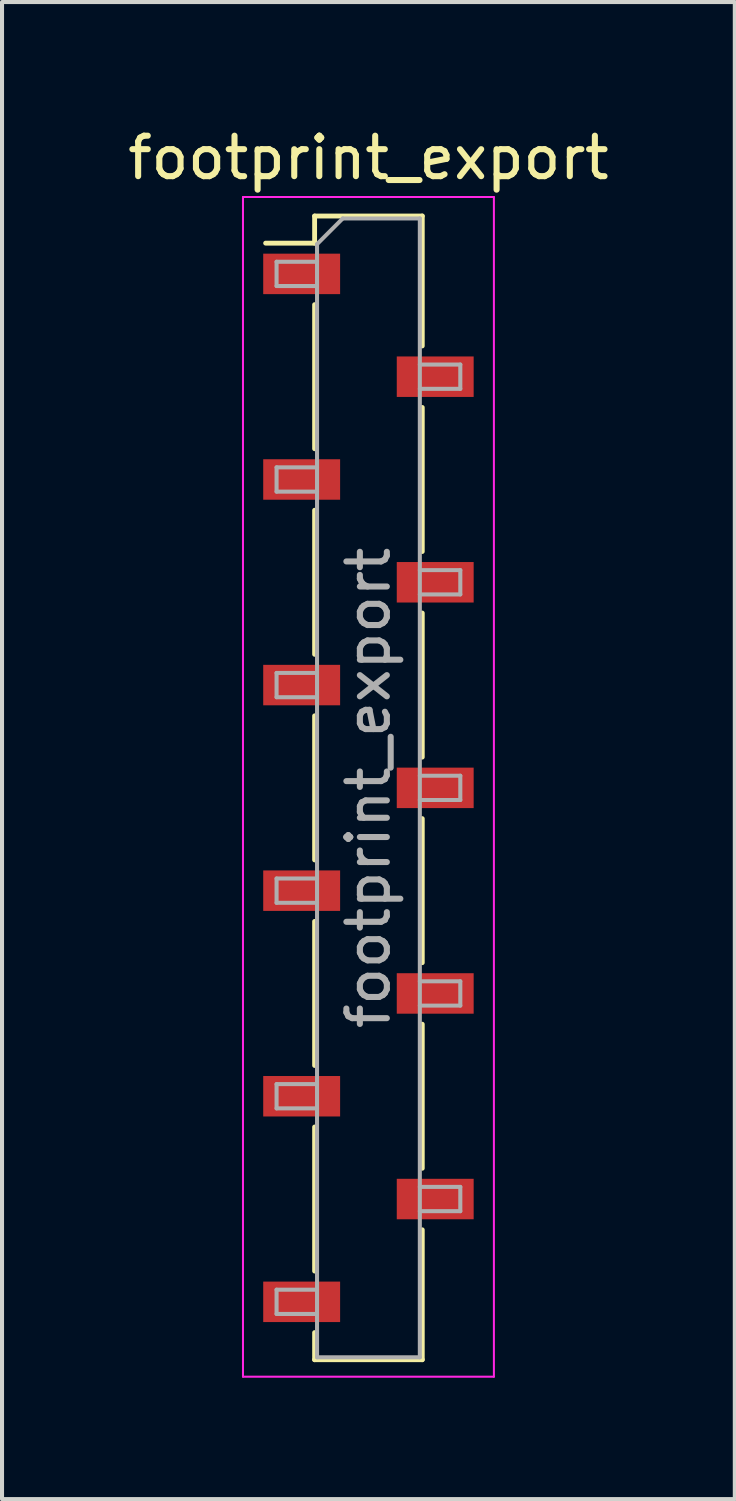
<source format=kicad_pcb>
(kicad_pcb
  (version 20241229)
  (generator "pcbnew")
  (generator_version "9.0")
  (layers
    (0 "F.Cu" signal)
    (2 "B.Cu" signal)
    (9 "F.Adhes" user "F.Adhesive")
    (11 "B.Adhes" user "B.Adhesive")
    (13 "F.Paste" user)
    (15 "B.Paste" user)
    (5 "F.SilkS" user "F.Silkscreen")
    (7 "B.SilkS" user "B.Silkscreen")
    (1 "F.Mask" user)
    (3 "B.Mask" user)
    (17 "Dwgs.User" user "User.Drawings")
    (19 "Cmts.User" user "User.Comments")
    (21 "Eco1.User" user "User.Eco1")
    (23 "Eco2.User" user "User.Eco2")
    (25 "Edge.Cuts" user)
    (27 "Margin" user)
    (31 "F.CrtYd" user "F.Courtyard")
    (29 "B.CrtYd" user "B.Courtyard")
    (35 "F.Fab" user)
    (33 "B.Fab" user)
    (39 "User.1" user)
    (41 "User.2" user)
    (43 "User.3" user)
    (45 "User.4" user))
  (footprint "footprint_export"
    (layer "F.Cu")
    (at 6.054 16.418)
    (property "Reference" "footprint_export" (at 0 -15.57 0) (layer "F.SilkS") (effects (font (size 1 1) (thickness 0.15))))
    (attr smd)
    (fp_line (start -2.54 -13.46) (end -1.33 -13.46) (stroke (width 0.12) (type solid)) (layer "F.SilkS"))
    (fp_line (start -1.33 -14.13) (end -1.33 -13.46) (stroke (width 0.12) (type solid)) (layer "F.SilkS"))
    (fp_line (start -1.33 -14.13) (end 1.33 -14.13) (stroke (width 0.12) (type solid)) (layer "F.SilkS"))
    (fp_line (start -1.33 -11.94) (end -1.33 -8.38) (stroke (width 0.12) (type solid)) (layer "F.SilkS"))
    (fp_line (start -1.33 -6.86) (end -1.33 -3.3) (stroke (width 0.12) (type solid)) (layer "F.SilkS"))
    (fp_line (start -1.33 -1.78) (end -1.33 1.78) (stroke (width 0.12) (type solid)) (layer "F.SilkS"))
    (fp_line (start -1.33 3.3) (end -1.33 6.86) (stroke (width 0.12) (type solid)) (layer "F.SilkS"))
    (fp_line (start -1.33 8.38) (end -1.33 11.94) (stroke (width 0.12) (type solid)) (layer "F.SilkS"))
    (fp_line (start -1.33 13.46) (end -1.33 14.13) (stroke (width 0.12) (type solid)) (layer "F.SilkS"))
    (fp_line (start -1.33 14.13) (end 1.33 14.13) (stroke (width 0.12) (type solid)) (layer "F.SilkS"))
    (fp_line (start 1.33 -14.13) (end 1.33 -10.92) (stroke (width 0.12) (type solid)) (layer "F.SilkS"))
    (fp_line (start 1.33 -9.4) (end 1.33 -5.84) (stroke (width 0.12) (type solid)) (layer "F.SilkS"))
    (fp_line (start 1.33 -4.32) (end 1.33 -0.76) (stroke (width 0.12) (type solid)) (layer "F.SilkS"))
    (fp_line (start 1.33 0.76) (end 1.33 4.32) (stroke (width 0.12) (type solid)) (layer "F.SilkS"))
    (fp_line (start 1.33 5.84) (end 1.33 9.4) (stroke (width 0.12) (type solid)) (layer "F.SilkS"))
    (fp_line (start 1.33 10.92) (end 1.33 14.13) (stroke (width 0.12) (type solid)) (layer "F.SilkS"))
    (fp_line (start -3.1 -14.6) (end 3.1 -14.6) (stroke (width 0.05) (type solid)) (layer "F.CrtYd"))
    (fp_line (start -3.1 14.55) (end -3.1 -14.6) (stroke (width 0.05) (type solid)) (layer "F.CrtYd"))
    (fp_line (start 3.1 -14.6) (end 3.1 14.55) (stroke (width 0.05) (type solid)) (layer "F.CrtYd"))
    (fp_line (start 3.1 14.55) (end -3.1 14.55) (stroke (width 0.05) (type solid)) (layer "F.CrtYd"))
    (fp_line (start -2.27 -13) (end -1.27 -13) (stroke (width 0.1) (type solid)) (layer "F.Fab"))
    (fp_line (start -2.27 -12.4) (end -2.27 -13) (stroke (width 0.1) (type solid)) (layer "F.Fab"))
    (fp_line (start -2.27 -7.92) (end -1.27 -7.92) (stroke (width 0.1) (type solid)) (layer "F.Fab"))
    (fp_line (start -2.27 -7.32) (end -2.27 -7.92) (stroke (width 0.1) (type solid)) (layer "F.Fab"))
    (fp_line (start -2.27 -2.84) (end -1.27 -2.84) (stroke (width 0.1) (type solid)) (layer "F.Fab"))
    (fp_line (start -2.27 -2.24) (end -2.27 -2.84) (stroke (width 0.1) (type solid)) (layer "F.Fab"))
    (fp_line (start -2.27 2.24) (end -1.27 2.24) (stroke (width 0.1) (type solid)) (layer "F.Fab"))
    (fp_line (start -2.27 2.84) (end -2.27 2.24) (stroke (width 0.1) (type solid)) (layer "F.Fab"))
    (fp_line (start -2.27 7.32) (end -1.27 7.32) (stroke (width 0.1) (type solid)) (layer "F.Fab"))
    (fp_line (start -2.27 7.92) (end -2.27 7.32) (stroke (width 0.1) (type solid)) (layer "F.Fab"))
    (fp_line (start -2.27 12.4) (end -1.27 12.4) (stroke (width 0.1) (type solid)) (layer "F.Fab"))
    (fp_line (start -2.27 13) (end -2.27 12.4) (stroke (width 0.1) (type solid)) (layer "F.Fab"))
    (fp_line (start -1.27 -13.435) (end -0.635 -14.07) (stroke (width 0.1) (type solid)) (layer "F.Fab"))
    (fp_line (start -1.27 -12.4) (end -2.27 -12.4) (stroke (width 0.1) (type solid)) (layer "F.Fab"))
    (fp_line (start -1.27 -7.32) (end -2.27 -7.32) (stroke (width 0.1) (type solid)) (layer "F.Fab"))
    (fp_line (start -1.27 -2.24) (end -2.27 -2.24) (stroke (width 0.1) (type solid)) (layer "F.Fab"))
    (fp_line (start -1.27 2.84) (end -2.27 2.84) (stroke (width 0.1) (type solid)) (layer "F.Fab"))
    (fp_line (start -1.27 7.92) (end -2.27 7.92) (stroke (width 0.1) (type solid)) (layer "F.Fab"))
    (fp_line (start -1.27 13) (end -2.27 13) (stroke (width 0.1) (type solid)) (layer "F.Fab"))
    (fp_line (start -1.27 14.07) (end -1.27 -13.435) (stroke (width 0.1) (type solid)) (layer "F.Fab"))
    (fp_line (start -0.635 -14.07) (end 1.27 -14.07) (stroke (width 0.1) (type solid)) (layer "F.Fab"))
    (fp_line (start 1.27 -14.07) (end 1.27 14.07) (stroke (width 0.1) (type solid)) (layer "F.Fab"))
    (fp_line (start 1.27 -10.46) (end 2.27 -10.46) (stroke (width 0.1) (type solid)) (layer "F.Fab"))
    (fp_line (start 1.27 -5.38) (end 2.27 -5.38) (stroke (width 0.1) (type solid)) (layer "F.Fab"))
    (fp_line (start 1.27 -0.3) (end 2.27 -0.3) (stroke (width 0.1) (type solid)) (layer "F.Fab"))
    (fp_line (start 1.27 4.78) (end 2.27 4.78) (stroke (width 0.1) (type solid)) (layer "F.Fab"))
    (fp_line (start 1.27 9.86) (end 2.27 9.86) (stroke (width 0.1) (type solid)) (layer "F.Fab"))
    (fp_line (start 1.27 14.07) (end -1.27 14.07) (stroke (width 0.1) (type solid)) (layer "F.Fab"))
    (fp_line (start 2.27 -10.46) (end 2.27 -9.86) (stroke (width 0.1) (type solid)) (layer "F.Fab"))
    (fp_line (start 2.27 -9.86) (end 1.27 -9.86) (stroke (width 0.1) (type solid)) (layer "F.Fab"))
    (fp_line (start 2.27 -5.38) (end 2.27 -4.78) (stroke (width 0.1) (type solid)) (layer "F.Fab"))
    (fp_line (start 2.27 -4.78) (end 1.27 -4.78) (stroke (width 0.1) (type solid)) (layer "F.Fab"))
    (fp_line (start 2.27 -0.3) (end 2.27 0.3) (stroke (width 0.1) (type solid)) (layer "F.Fab"))
    (fp_line (start 2.27 0.3) (end 1.27 0.3) (stroke (width 0.1) (type solid)) (layer "F.Fab"))
    (fp_line (start 2.27 4.78) (end 2.27 5.38) (stroke (width 0.1) (type solid)) (layer "F.Fab"))
    (fp_line (start 2.27 5.38) (end 1.27 5.38) (stroke (width 0.1) (type solid)) (layer "F.Fab"))
    (fp_line (start 2.27 9.86) (end 2.27 10.46) (stroke (width 0.1) (type solid)) (layer "F.Fab"))
    (fp_line (start 2.27 10.46) (end 1.27 10.46) (stroke (width 0.1) (type solid)) (layer "F.Fab"))
    (fp_text user "${REFERENCE}" (at 0 0 90) (layer "F.Fab") (effects (font (size 1 1) (thickness 0.15))))
    (pad "1" smd rect (at -1.65 -12.7) (size 1.9 1) (layers "F.Cu" "F.Mask" "F.Paste"))
    (pad "2" smd rect (at 1.65 -10.16) (size 1.9 1) (layers "F.Cu" "F.Mask" "F.Paste"))
    (pad "3" smd rect (at -1.65 -7.62) (size 1.9 1) (layers "F.Cu" "F.Mask" "F.Paste"))
    (pad "4" smd rect (at 1.65 -5.08) (size 1.9 1) (layers "F.Cu" "F.Mask" "F.Paste"))
    (pad "5" smd rect (at -1.65 -2.54) (size 1.9 1) (layers "F.Cu" "F.Mask" "F.Paste"))
    (pad "6" smd rect (at 1.65 0) (size 1.9 1) (layers "F.Cu" "F.Mask" "F.Paste"))
    (pad "7" smd rect (at -1.65 2.54) (size 1.9 1) (layers "F.Cu" "F.Mask" "F.Paste"))
    (pad "8" smd rect (at 1.65 5.08) (size 1.9 1) (layers "F.Cu" "F.Mask" "F.Paste"))
    (pad "9" smd rect (at -1.65 7.62) (size 1.9 1) (layers "F.Cu" "F.Mask" "F.Paste"))
    (pad "10" smd rect (at 1.65 10.16) (size 1.9 1) (layers "F.Cu" "F.Mask" "F.Paste"))
    (pad "11" smd rect (at -1.65 12.7) (size 1.9 1) (layers "F.Cu" "F.Mask" "F.Paste")))
  (gr_rect
    (start -3 -3)
    (end 15.107 33.993)
    (stroke (width 0.1) (type default))
    (fill no)
    (layer "Edge.Cuts")))
</source>
